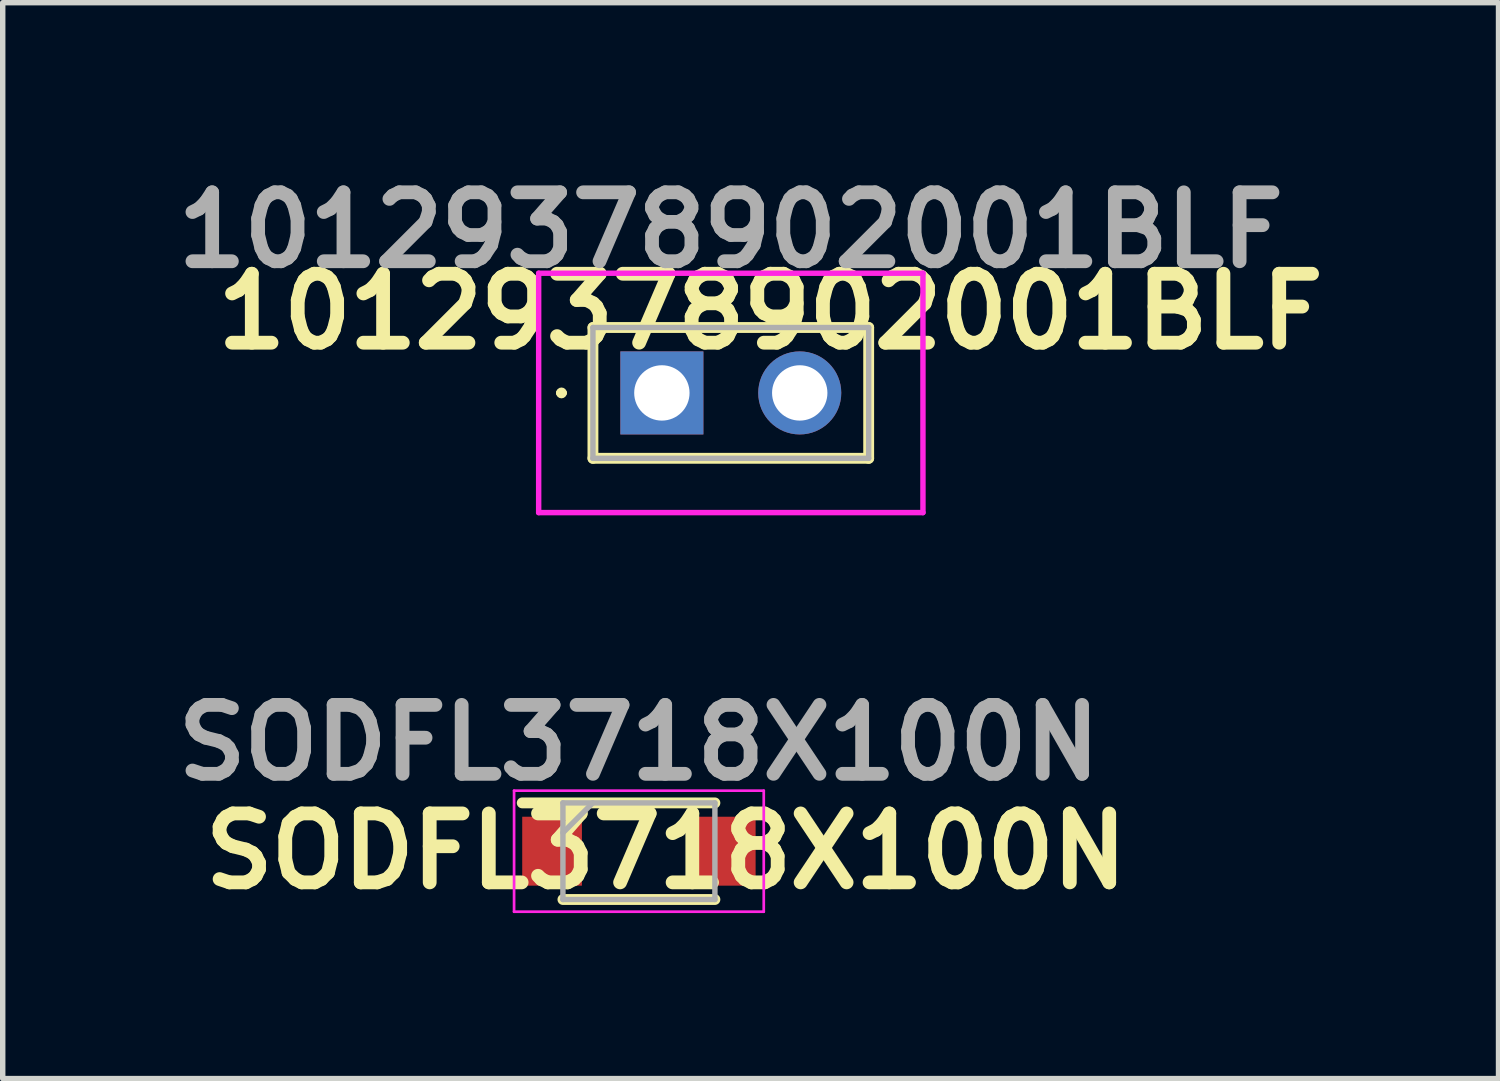
<source format=kicad_pcb>
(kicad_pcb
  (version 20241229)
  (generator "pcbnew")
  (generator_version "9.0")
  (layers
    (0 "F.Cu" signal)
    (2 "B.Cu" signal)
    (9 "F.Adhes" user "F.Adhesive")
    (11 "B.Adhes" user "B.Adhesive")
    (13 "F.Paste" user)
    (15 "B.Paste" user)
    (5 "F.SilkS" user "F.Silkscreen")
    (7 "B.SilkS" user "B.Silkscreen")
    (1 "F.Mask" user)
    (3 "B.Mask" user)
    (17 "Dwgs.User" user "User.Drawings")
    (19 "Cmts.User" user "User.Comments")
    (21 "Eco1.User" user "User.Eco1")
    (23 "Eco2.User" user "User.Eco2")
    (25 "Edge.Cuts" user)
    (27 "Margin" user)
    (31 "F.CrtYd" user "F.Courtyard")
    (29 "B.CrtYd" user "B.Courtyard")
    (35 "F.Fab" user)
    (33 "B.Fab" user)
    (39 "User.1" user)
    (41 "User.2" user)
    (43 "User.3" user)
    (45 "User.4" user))
  (footprint "10129378902001BLF"
    (layer "F.Cu")
    (at 9.144 4.189)
    (property "Reference" "10129378902001BLF" (at 2 -1.5 0) (layer "F.SilkS") (effects (font (size 1.27 1.27) (thickness 0.254))))
    (attr through_hole)
    (fp_line (start -1.9 0) (end -1.9 0) (stroke (width 0.1) (type solid)) (layer "F.SilkS"))
    (fp_line (start -1.8 0) (end -1.8 0) (stroke (width 0.1) (type solid)) (layer "F.SilkS"))
    (fp_line (start -1.27 -1.205) (end 3.81 -1.205) (stroke (width 0.2) (type solid)) (layer "F.SilkS"))
    (fp_line (start -1.27 1.205) (end -1.27 -1.205) (stroke (width 0.2) (type solid)) (layer "F.SilkS"))
    (fp_line (start 3.81 -1.205) (end 3.81 1.205) (stroke (width 0.2) (type solid)) (layer "F.SilkS"))
    (fp_line (start 3.81 1.205) (end -1.27 1.205) (stroke (width 0.2) (type solid)) (layer "F.SilkS"))
    (fp_arc (start -1.9 0) (mid -1.85 -0.05) (end -1.8 0) (stroke (width 0.1) (type solid)) (layer "F.SilkS"))
    (fp_arc (start -1.8 0) (mid -1.85 0.05) (end -1.9 0) (stroke (width 0.1) (type solid)) (layer "F.SilkS"))
    (fp_line (start -2.27 -2.205) (end 4.81 -2.205) (stroke (width 0.1) (type solid)) (layer "F.CrtYd"))
    (fp_line (start -2.27 2.205) (end -2.27 -2.205) (stroke (width 0.1) (type solid)) (layer "F.CrtYd"))
    (fp_line (start 4.81 -2.205) (end 4.81 2.205) (stroke (width 0.1) (type solid)) (layer "F.CrtYd"))
    (fp_line (start 4.81 2.205) (end -2.27 2.205) (stroke (width 0.1) (type solid)) (layer "F.CrtYd"))
    (fp_line (start -1.27 -1.205) (end 3.81 -1.205) (stroke (width 0.1) (type solid)) (layer "F.Fab"))
    (fp_line (start -1.27 1.205) (end -1.27 -1.205) (stroke (width 0.1) (type solid)) (layer "F.Fab"))
    (fp_line (start 3.81 -1.205) (end 3.81 1.205) (stroke (width 0.1) (type solid)) (layer "F.Fab"))
    (fp_line (start 3.81 1.205) (end -1.27 1.205) (stroke (width 0.1) (type solid)) (layer "F.Fab"))
    (fp_text user "${REFERENCE}" (at 1.27 -3 0) (layer "F.Fab") (effects (font (size 1.27 1.27) (thickness 0.254))))
    (pad "1" thru_hole rect (at 0 0) (size 1.53 1.53) (drill 1.02) (layers "*.Cu" "*.Mask"))
    (pad "2" thru_hole circle (at 2.54 0) (size 1.53 1.53) (drill 1.02) (layers "*.Cu" "*.Mask")))
  (footprint "SODFL3718X100N"
    (layer "F.Cu")
    (at 8.721 12.632)
    (property "Reference" "SODFL3718X100N" (at 0.5 0 0) (layer "F.SilkS") (effects (font (size 1.27 1.27) (thickness 0.254))))
    (attr smd)
    (fp_line (start -2.15 -0.89) (end 1.4 -0.89) (stroke (width 0.2) (type solid)) (layer "F.SilkS"))
    (fp_line (start -1.4 0.89) (end 1.4 0.89) (stroke (width 0.2) (type solid)) (layer "F.SilkS"))
    (fp_line (start -2.3 -1.115) (end 2.3 -1.115) (stroke (width 0.05) (type solid)) (layer "F.CrtYd"))
    (fp_line (start -2.3 1.115) (end -2.3 -1.115) (stroke (width 0.05) (type solid)) (layer "F.CrtYd"))
    (fp_line (start 2.3 -1.115) (end 2.3 1.115) (stroke (width 0.05) (type solid)) (layer "F.CrtYd"))
    (fp_line (start 2.3 1.115) (end -2.3 1.115) (stroke (width 0.05) (type solid)) (layer "F.CrtYd"))
    (fp_line (start -1.4 -0.89) (end 1.4 -0.89) (stroke (width 0.1) (type solid)) (layer "F.Fab"))
    (fp_line (start -1.4 -0.34) (end -0.85 -0.89) (stroke (width 0.1) (type solid)) (layer "F.Fab"))
    (fp_line (start -1.4 0.89) (end -1.4 -0.89) (stroke (width 0.1) (type solid)) (layer "F.Fab"))
    (fp_line (start 1.4 -0.89) (end 1.4 0.89) (stroke (width 0.1) (type solid)) (layer "F.Fab"))
    (fp_line (start 1.4 0.89) (end -1.4 0.89) (stroke (width 0.1) (type solid)) (layer "F.Fab"))
    (fp_text user "${REFERENCE}" (at 0 -2 0) (layer "F.Fab") (effects (font (size 1.27 1.27) (thickness 0.254))))
    (pad "1" smd rect (at -1.6 0) (size 1.1 1.27) (layers "F.Cu" "F.Mask" "F.Paste"))
    (pad "2" smd rect (at 1.6 0) (size 1.1 1.27) (layers "F.Cu" "F.Mask" "F.Paste")))
  (gr_rect
    (start -3 -3)
    (end 24.558 16.821)
    (stroke (width 0.1) (type default))
    (fill no)
    (layer "Edge.Cuts")))
</source>
